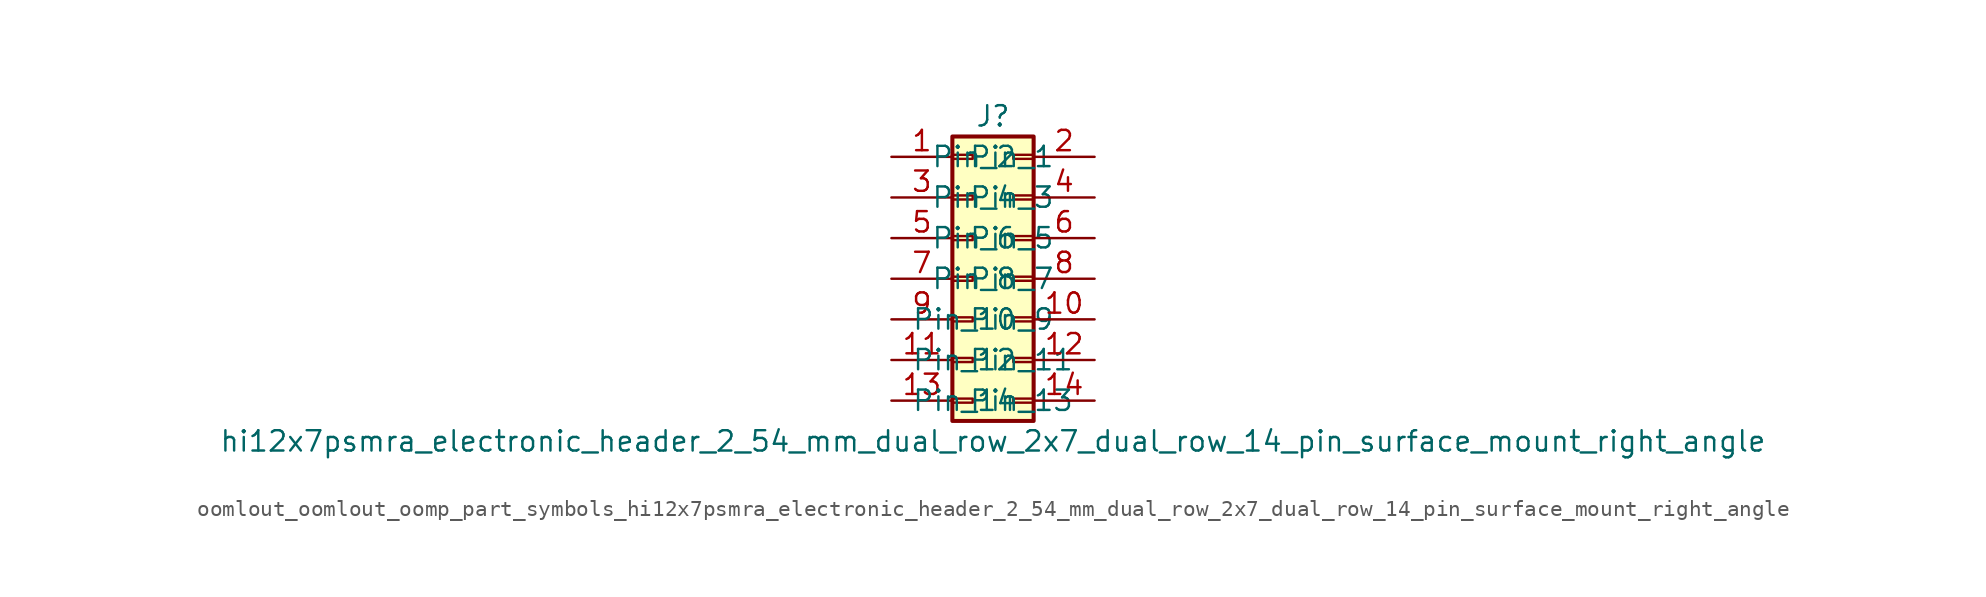
<source format=kicad_sym>
(kicad_symbol_lib
  (version 20220914)
  (generator kicad_symbol_editor)
  (symbol "oomlout_oomlout_oomp_part_symbols_hi12x7psmra_electronic_header_2_54_mm_dual_row_2x7_dual_row_14_pin_surface_mount_right_angle"
    (pin_names
      (offset 1.016))
    (property "Reference" "J"
      (at 1.27 10.16 0)
      (effects (font (size 1.27 1.27))))
    (property "Value" "hi12x7psmra_electronic_header_2_54_mm_dual_row_2x7_dual_row_14_pin_surface_mount_right_angle"
      (at 1.27 -10.16 0)
      (effects (font (size 1.27 1.27))))
    (symbol "oomlout_oomlout_oomp_part_symbols_hi12x7psmra_electronic_header_2_54_mm_dual_row_2x7_dual_row_14_pin_surface_mount_right_angle_1_1"
      (rectangle (start -1.27 -7.493) (end 0 -7.747) (stroke (width 0.152) (type default)) (fill (type none)))
      (rectangle (start -1.27 -4.953) (end 0 -5.207) (stroke (width 0.152) (type default)) (fill (type none)))
      (rectangle (start -1.27 -2.413) (end 0 -2.667) (stroke (width 0.152) (type default)) (fill (type none)))
      (rectangle (start -1.27 0.127) (end 0 -0.127) (stroke (width 0.152) (type default)) (fill (type none)))
      (rectangle (start -1.27 2.667) (end 0 2.413) (stroke (width 0.152) (type default)) (fill (type none)))
      (rectangle (start -1.27 5.207) (end 0 4.953) (stroke (width 0.152) (type default)) (fill (type none)))
      (rectangle (start -1.27 7.747) (end 0 7.493) (stroke (width 0.152) (type default)) (fill (type none)))
      (rectangle (start -1.27 8.89) (end 3.81 -8.89) (stroke (width 0.254) (type default)) (fill (type background)))
      (rectangle (start 3.81 -7.493) (end 2.54 -7.747) (stroke (width 0.152) (type default)) (fill (type none)))
      (rectangle (start 3.81 -4.953) (end 2.54 -5.207) (stroke (width 0.152) (type default)) (fill (type none)))
      (rectangle (start 3.81 -2.413) (end 2.54 -2.667) (stroke (width 0.152) (type default)) (fill (type none)))
      (rectangle (start 3.81 0.127) (end 2.54 -0.127) (stroke (width 0.152) (type default)) (fill (type none)))
      (rectangle (start 3.81 2.667) (end 2.54 2.413) (stroke (width 0.152) (type default)) (fill (type none)))
      (rectangle (start 3.81 5.207) (end 2.54 4.953) (stroke (width 0.152) (type default)) (fill (type none)))
      (rectangle (start 3.81 7.747) (end 2.54 7.493) (stroke (width 0.152) (type default)) (fill (type none)))
      (pin passive line (at -5.08 7.62 0) (length 3.81) (name "Pin_1" (effects (font (size 1.27 1.27)))) (number "1" (effects (font (size 1.27 1.27)))))
      (pin passive line (at 7.62 -2.54 180) (length 3.81) (name "Pin_10" (effects (font (size 1.27 1.27)))) (number "10" (effects (font (size 1.27 1.27)))))
      (pin passive line (at -5.08 -5.08 0) (length 3.81) (name "Pin_11" (effects (font (size 1.27 1.27)))) (number "11" (effects (font (size 1.27 1.27)))))
      (pin passive line (at 7.62 -5.08 180) (length 3.81) (name "Pin_12" (effects (font (size 1.27 1.27)))) (number "12" (effects (font (size 1.27 1.27)))))
      (pin passive line (at -5.08 -7.62 0) (length 3.81) (name "Pin_13" (effects (font (size 1.27 1.27)))) (number "13" (effects (font (size 1.27 1.27)))))
      (pin passive line (at 7.62 -7.62 180) (length 3.81) (name "Pin_14" (effects (font (size 1.27 1.27)))) (number "14" (effects (font (size 1.27 1.27)))))
      (pin passive line (at 7.62 7.62 180) (length 3.81) (name "Pin_2" (effects (font (size 1.27 1.27)))) (number "2" (effects (font (size 1.27 1.27)))))
      (pin passive line (at -5.08 5.08 0) (length 3.81) (name "Pin_3" (effects (font (size 1.27 1.27)))) (number "3" (effects (font (size 1.27 1.27)))))
      (pin passive line (at 7.62 5.08 180) (length 3.81) (name "Pin_4" (effects (font (size 1.27 1.27)))) (number "4" (effects (font (size 1.27 1.27)))))
      (pin passive line (at -5.08 2.54 0) (length 3.81) (name "Pin_5" (effects (font (size 1.27 1.27)))) (number "5" (effects (font (size 1.27 1.27)))))
      (pin passive line (at 7.62 2.54 180) (length 3.81) (name "Pin_6" (effects (font (size 1.27 1.27)))) (number "6" (effects (font (size 1.27 1.27)))))
      (pin passive line (at -5.08 0 0) (length 3.81) (name "Pin_7" (effects (font (size 1.27 1.27)))) (number "7" (effects (font (size 1.27 1.27)))))
      (pin passive line (at 7.62 0 180) (length 3.81) (name "Pin_8" (effects (font (size 1.27 1.27)))) (number "8" (effects (font (size 1.27 1.27)))))
      (pin passive line (at -5.08 -2.54 0) (length 3.81) (name "Pin_9" (effects (font (size 1.27 1.27)))) (number "9" (effects (font (size 1.27 1.27))))))))
</source>
